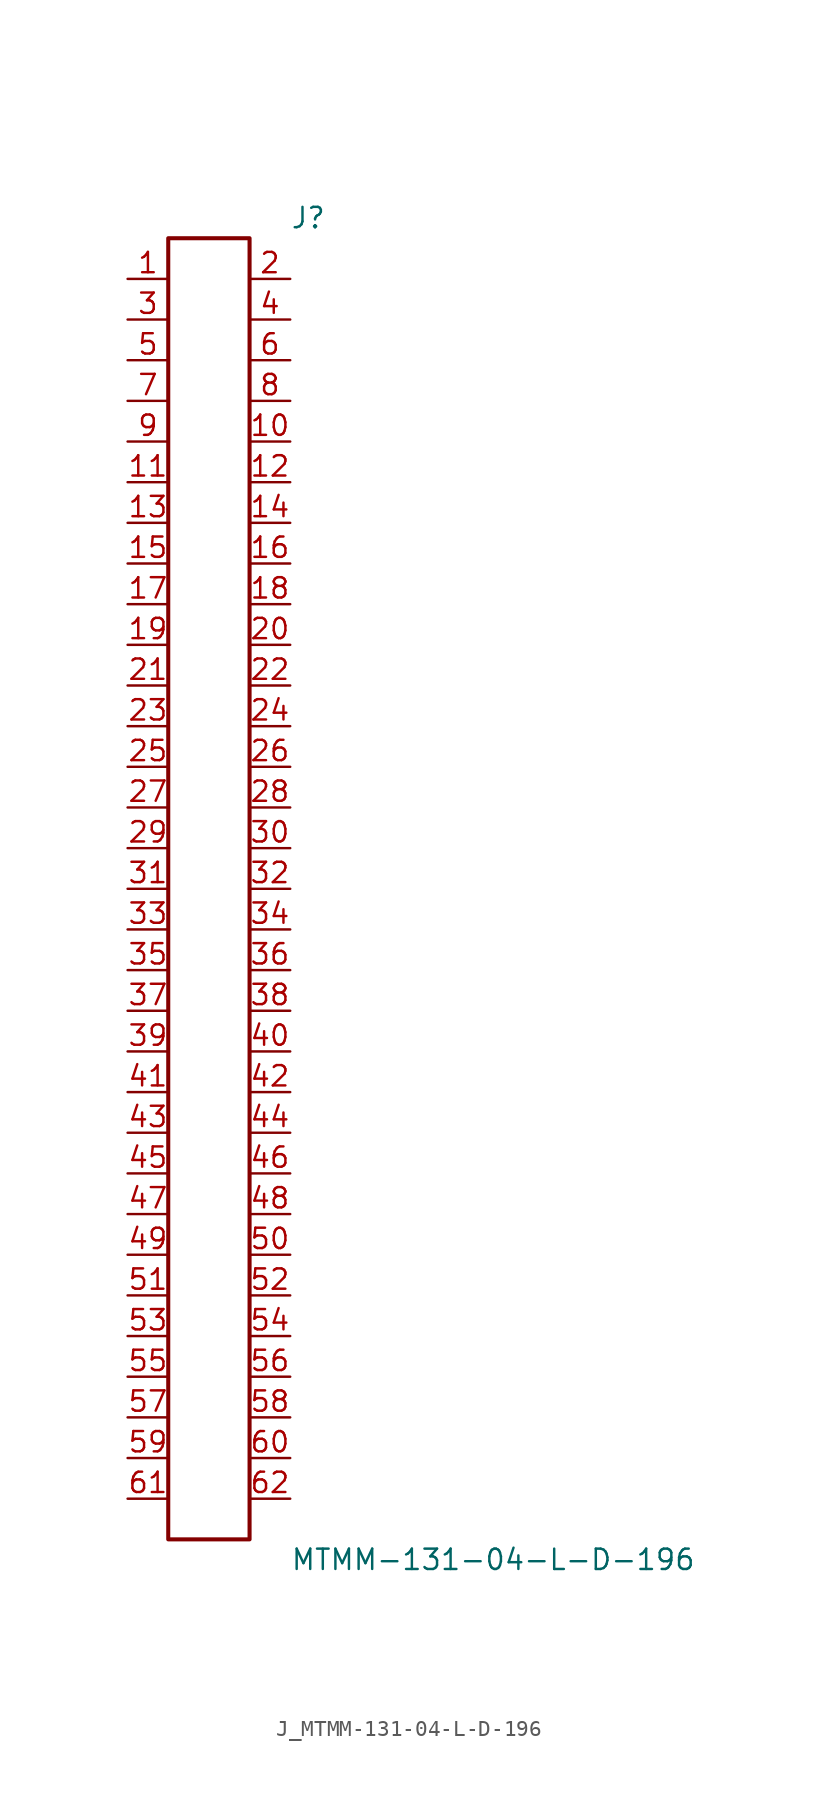
<source format=kicad_sym>
(kicad_symbol_lib
  (version 20231120)
  (generator kicad_symbol_editor)
  (generator_version 8.0)
  (symbol "J_MTMM-131-04-L-D-196"
    (pin_names
      (offset 0.254))
    (property "Reference" "J"
      (at 5.08 41.91 0)
      (effects (font (size 1.27 1.27)) (justify left)))
    (property "Value" "MTMM-131-04-L-D-196"
      (at 5.08 -41.91 0)
      (effects (font (size 1.27 1.27)) (justify left)))
    (symbol "J_MTMM-131-04-L-D-196_0_0"
      (pin passive line (at -5.08 38.1 0) (length 2.54) (name "" (effects (font (size 1.27 1.27)))) (number "1" (effects (font (size 1.27 1.27)))))
      (pin passive line (at 5.08 38.1 180) (length 2.54) (name "" (effects (font (size 1.27 1.27)))) (number "2" (effects (font (size 1.27 1.27)))))
      (pin passive line (at -5.08 35.56 0) (length 2.54) (name "" (effects (font (size 1.27 1.27)))) (number "3" (effects (font (size 1.27 1.27)))))
      (pin passive line (at 5.08 35.56 180) (length 2.54) (name "" (effects (font (size 1.27 1.27)))) (number "4" (effects (font (size 1.27 1.27)))))
      (pin passive line (at -5.08 33.02 0) (length 2.54) (name "" (effects (font (size 1.27 1.27)))) (number "5" (effects (font (size 1.27 1.27)))))
      (pin passive line (at 5.08 33.02 180) (length 2.54) (name "" (effects (font (size 1.27 1.27)))) (number "6" (effects (font (size 1.27 1.27)))))
      (pin passive line (at -5.08 30.48 0) (length 2.54) (name "" (effects (font (size 1.27 1.27)))) (number "7" (effects (font (size 1.27 1.27)))))
      (pin passive line (at 5.08 30.48 180) (length 2.54) (name "" (effects (font (size 1.27 1.27)))) (number "8" (effects (font (size 1.27 1.27)))))
      (pin passive line (at -5.08 27.94 0) (length 2.54) (name "" (effects (font (size 1.27 1.27)))) (number "9" (effects (font (size 1.27 1.27)))))
      (pin passive line (at 5.08 27.94 180) (length 2.54) (name "" (effects (font (size 1.27 1.27)))) (number "10" (effects (font (size 1.27 1.27)))))
      (pin passive line (at -5.08 25.4 0) (length 2.54) (name "" (effects (font (size 1.27 1.27)))) (number "11" (effects (font (size 1.27 1.27)))))
      (pin passive line (at 5.08 25.4 180) (length 2.54) (name "" (effects (font (size 1.27 1.27)))) (number "12" (effects (font (size 1.27 1.27)))))
      (pin passive line (at -5.08 22.86 0) (length 2.54) (name "" (effects (font (size 1.27 1.27)))) (number "13" (effects (font (size 1.27 1.27)))))
      (pin passive line (at 5.08 22.86 180) (length 2.54) (name "" (effects (font (size 1.27 1.27)))) (number "14" (effects (font (size 1.27 1.27)))))
      (pin passive line (at -5.08 20.32 0) (length 2.54) (name "" (effects (font (size 1.27 1.27)))) (number "15" (effects (font (size 1.27 1.27)))))
      (pin passive line (at 5.08 20.32 180) (length 2.54) (name "" (effects (font (size 1.27 1.27)))) (number "16" (effects (font (size 1.27 1.27)))))
      (pin passive line (at -5.08 17.78 0) (length 2.54) (name "" (effects (font (size 1.27 1.27)))) (number "17" (effects (font (size 1.27 1.27)))))
      (pin passive line (at 5.08 17.78 180) (length 2.54) (name "" (effects (font (size 1.27 1.27)))) (number "18" (effects (font (size 1.27 1.27)))))
      (pin passive line (at -5.08 15.24 0) (length 2.54) (name "" (effects (font (size 1.27 1.27)))) (number "19" (effects (font (size 1.27 1.27)))))
      (pin passive line (at 5.08 15.24 180) (length 2.54) (name "" (effects (font (size 1.27 1.27)))) (number "20" (effects (font (size 1.27 1.27)))))
      (pin passive line (at -5.08 12.7 0) (length 2.54) (name "" (effects (font (size 1.27 1.27)))) (number "21" (effects (font (size 1.27 1.27)))))
      (pin passive line (at 5.08 12.7 180) (length 2.54) (name "" (effects (font (size 1.27 1.27)))) (number "22" (effects (font (size 1.27 1.27)))))
      (pin passive line (at -5.08 10.16 0) (length 2.54) (name "" (effects (font (size 1.27 1.27)))) (number "23" (effects (font (size 1.27 1.27)))))
      (pin passive line (at 5.08 10.16 180) (length 2.54) (name "" (effects (font (size 1.27 1.27)))) (number "24" (effects (font (size 1.27 1.27)))))
      (pin passive line (at -5.08 7.62 0) (length 2.54) (name "" (effects (font (size 1.27 1.27)))) (number "25" (effects (font (size 1.27 1.27)))))
      (pin passive line (at 5.08 7.62 180) (length 2.54) (name "" (effects (font (size 1.27 1.27)))) (number "26" (effects (font (size 1.27 1.27)))))
      (pin passive line (at -5.08 5.08 0) (length 2.54) (name "" (effects (font (size 1.27 1.27)))) (number "27" (effects (font (size 1.27 1.27)))))
      (pin passive line (at 5.08 5.08 180) (length 2.54) (name "" (effects (font (size 1.27 1.27)))) (number "28" (effects (font (size 1.27 1.27)))))
      (pin passive line (at -5.08 2.54 0) (length 2.54) (name "" (effects (font (size 1.27 1.27)))) (number "29" (effects (font (size 1.27 1.27)))))
      (pin passive line (at 5.08 2.54 180) (length 2.54) (name "" (effects (font (size 1.27 1.27)))) (number "30" (effects (font (size 1.27 1.27)))))
      (pin passive line (at -5.08 0.0 0) (length 2.54) (name "" (effects (font (size 1.27 1.27)))) (number "31" (effects (font (size 1.27 1.27)))))
      (pin passive line (at 5.08 0.0 180) (length 2.54) (name "" (effects (font (size 1.27 1.27)))) (number "32" (effects (font (size 1.27 1.27)))))
      (pin passive line (at -5.08 -2.54 0) (length 2.54) (name "" (effects (font (size 1.27 1.27)))) (number "33" (effects (font (size 1.27 1.27)))))
      (pin passive line (at 5.08 -2.54 180) (length 2.54) (name "" (effects (font (size 1.27 1.27)))) (number "34" (effects (font (size 1.27 1.27)))))
      (pin passive line (at -5.08 -5.08 0) (length 2.54) (name "" (effects (font (size 1.27 1.27)))) (number "35" (effects (font (size 1.27 1.27)))))
      (pin passive line (at 5.08 -5.08 180) (length 2.54) (name "" (effects (font (size 1.27 1.27)))) (number "36" (effects (font (size 1.27 1.27)))))
      (pin passive line (at -5.08 -7.62 0) (length 2.54) (name "" (effects (font (size 1.27 1.27)))) (number "37" (effects (font (size 1.27 1.27)))))
      (pin passive line (at 5.08 -7.62 180) (length 2.54) (name "" (effects (font (size 1.27 1.27)))) (number "38" (effects (font (size 1.27 1.27)))))
      (pin passive line (at -5.08 -10.16 0) (length 2.54) (name "" (effects (font (size 1.27 1.27)))) (number "39" (effects (font (size 1.27 1.27)))))
      (pin passive line (at 5.08 -10.16 180) (length 2.54) (name "" (effects (font (size 1.27 1.27)))) (number "40" (effects (font (size 1.27 1.27)))))
      (pin passive line (at -5.08 -12.7 0) (length 2.54) (name "" (effects (font (size 1.27 1.27)))) (number "41" (effects (font (size 1.27 1.27)))))
      (pin passive line (at 5.08 -12.7 180) (length 2.54) (name "" (effects (font (size 1.27 1.27)))) (number "42" (effects (font (size 1.27 1.27)))))
      (pin passive line (at -5.08 -15.24 0) (length 2.54) (name "" (effects (font (size 1.27 1.27)))) (number "43" (effects (font (size 1.27 1.27)))))
      (pin passive line (at 5.08 -15.24 180) (length 2.54) (name "" (effects (font (size 1.27 1.27)))) (number "44" (effects (font (size 1.27 1.27)))))
      (pin passive line (at -5.08 -17.78 0) (length 2.54) (name "" (effects (font (size 1.27 1.27)))) (number "45" (effects (font (size 1.27 1.27)))))
      (pin passive line (at 5.08 -17.78 180) (length 2.54) (name "" (effects (font (size 1.27 1.27)))) (number "46" (effects (font (size 1.27 1.27)))))
      (pin passive line (at -5.08 -20.32 0) (length 2.54) (name "" (effects (font (size 1.27 1.27)))) (number "47" (effects (font (size 1.27 1.27)))))
      (pin passive line (at 5.08 -20.32 180) (length 2.54) (name "" (effects (font (size 1.27 1.27)))) (number "48" (effects (font (size 1.27 1.27)))))
      (pin passive line (at -5.08 -22.86 0) (length 2.54) (name "" (effects (font (size 1.27 1.27)))) (number "49" (effects (font (size 1.27 1.27)))))
      (pin passive line (at 5.08 -22.86 180) (length 2.54) (name "" (effects (font (size 1.27 1.27)))) (number "50" (effects (font (size 1.27 1.27)))))
      (pin passive line (at -5.08 -25.4 0) (length 2.54) (name "" (effects (font (size 1.27 1.27)))) (number "51" (effects (font (size 1.27 1.27)))))
      (pin passive line (at 5.08 -25.4 180) (length 2.54) (name "" (effects (font (size 1.27 1.27)))) (number "52" (effects (font (size 1.27 1.27)))))
      (pin passive line (at -5.08 -27.94 0) (length 2.54) (name "" (effects (font (size 1.27 1.27)))) (number "53" (effects (font (size 1.27 1.27)))))
      (pin passive line (at 5.08 -27.94 180) (length 2.54) (name "" (effects (font (size 1.27 1.27)))) (number "54" (effects (font (size 1.27 1.27)))))
      (pin passive line (at -5.08 -30.48 0) (length 2.54) (name "" (effects (font (size 1.27 1.27)))) (number "55" (effects (font (size 1.27 1.27)))))
      (pin passive line (at 5.08 -30.48 180) (length 2.54) (name "" (effects (font (size 1.27 1.27)))) (number "56" (effects (font (size 1.27 1.27)))))
      (pin passive line (at -5.08 -33.02 0) (length 2.54) (name "" (effects (font (size 1.27 1.27)))) (number "57" (effects (font (size 1.27 1.27)))))
      (pin passive line (at 5.08 -33.02 180) (length 2.54) (name "" (effects (font (size 1.27 1.27)))) (number "58" (effects (font (size 1.27 1.27)))))
      (pin passive line (at -5.08 -35.56 0) (length 2.54) (name "" (effects (font (size 1.27 1.27)))) (number "59" (effects (font (size 1.27 1.27)))))
      (pin passive line (at 5.08 -35.56 180) (length 2.54) (name "" (effects (font (size 1.27 1.27)))) (number "60" (effects (font (size 1.27 1.27)))))
      (pin passive line (at -5.08 -38.1 0) (length 2.54) (name "" (effects (font (size 1.27 1.27)))) (number "61" (effects (font (size 1.27 1.27)))))
      (pin passive line (at 5.08 -38.1 180) (length 2.54) (name "" (effects (font (size 1.27 1.27)))) (number "62" (effects (font (size 1.27 1.27))))))
    (symbol "J_MTMM-131-04-L-D-196_1_0"
      (rectangle (start -2.54 40.64) (end 2.54 -40.64) (stroke (width 0.254) (type solid)) (fill (type none))))))
</source>
